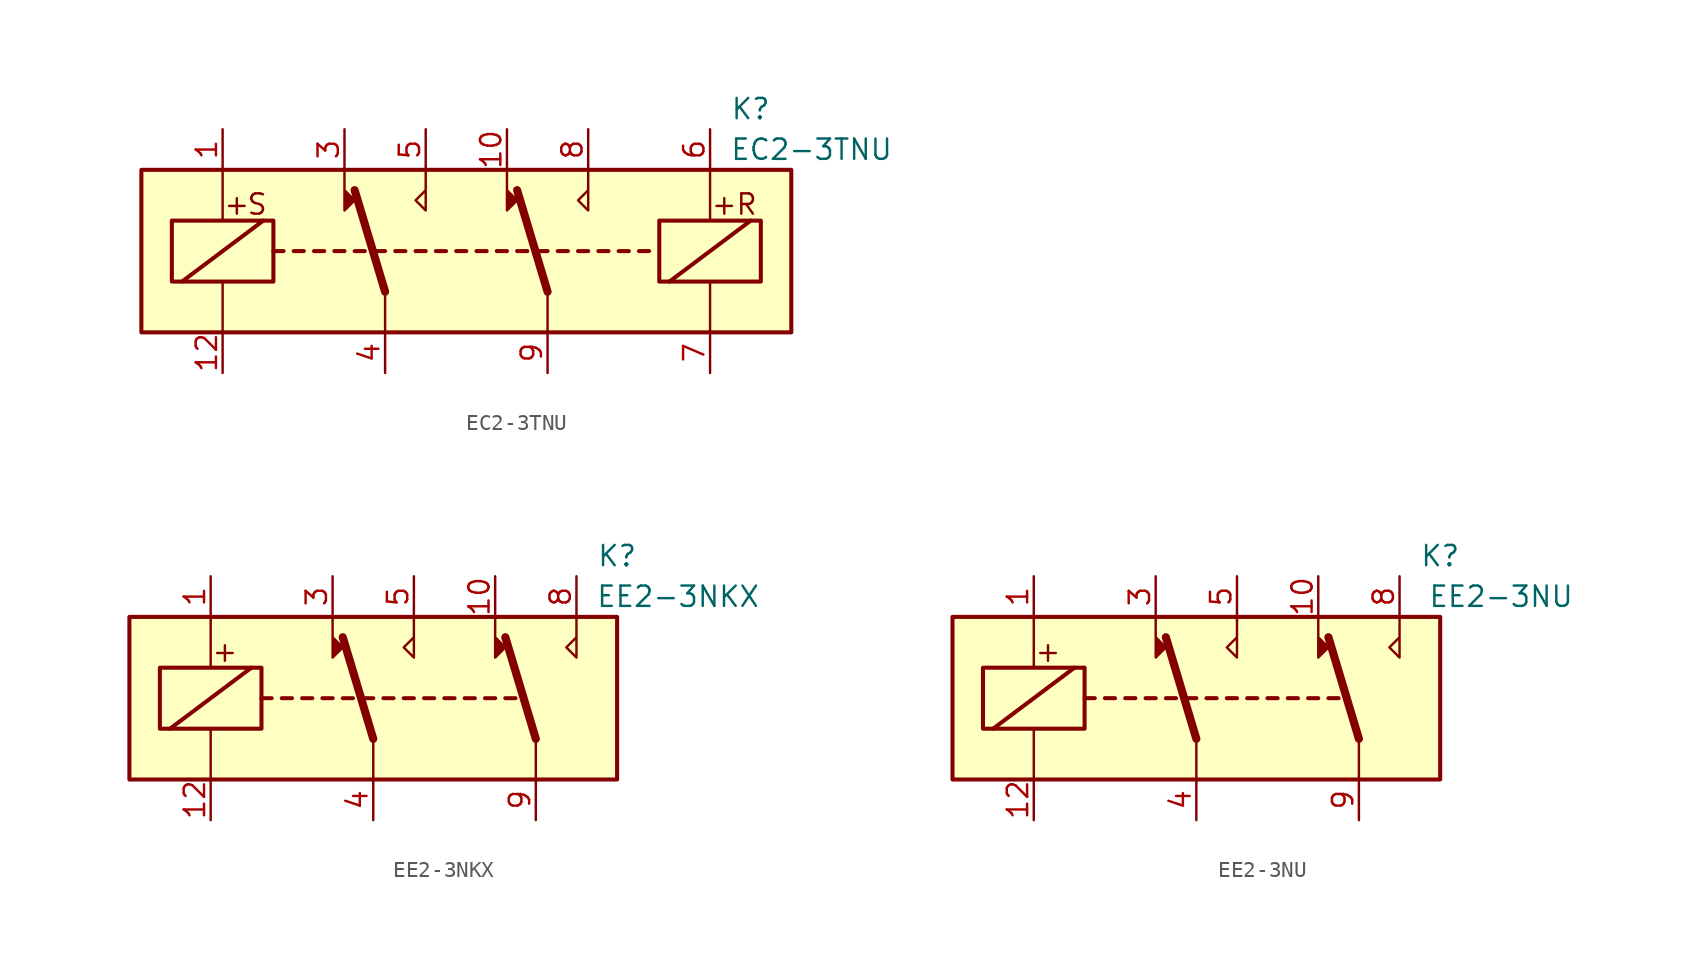
<source format=kicad_sym>
(kicad_symbol_lib
  (version 20211014)
  (generator kicad_symbol_editor)
  (symbol "EC2-3TNU"
    (property "Reference" "K"
      (at 17.78 8.89 0)
      (effects (font (size 1.27 1.27))))
    (property "Value" "EC2-3TNU"
      (at 21.59 6.35 0)
      (effects (font (size 1.27 1.27))))
    (symbol "EC2-3TNU_1_1"
      (rectangle (start -20.32 5.08) (end 20.32 -5.08) (stroke (width 0.254) (type default) (color 0 0 0 0)) (fill (type background)))
      (rectangle (start -18.415 1.905) (end -12.065 -1.905) (stroke (width 0.254) (type default) (color 0 0 0 0)) (fill (type none)))
      (polyline (pts (xy -17.78 -1.905) (xy -12.7 1.905)) (stroke (width 0.254) (type default) (color 0 0 0 0)) (fill (type none)))
      (polyline (pts (xy -15.24 -5.08) (xy -15.24 -1.905)) (stroke (width 0) (type default) (color 0 0 0 0)) (fill (type none)))
      (polyline (pts (xy -15.24 5.08) (xy -15.24 1.905)) (stroke (width 0) (type default) (color 0 0 0 0)) (fill (type none)))
      (polyline (pts (xy -12.065 0) (xy -11.43 0)) (stroke (width 0.254) (type default) (color 0 0 0 0)) (fill (type none)))
      (polyline (pts (xy -10.795 0) (xy -10.16 0)) (stroke (width 0.254) (type default) (color 0 0 0 0)) (fill (type none)))
      (polyline (pts (xy -9.525 0) (xy -8.89 0)) (stroke (width 0.254) (type default) (color 0 0 0 0)) (fill (type none)))
      (polyline (pts (xy -8.255 0) (xy -7.62 0)) (stroke (width 0.254) (type default) (color 0 0 0 0)) (fill (type none)))
      (polyline (pts (xy -6.985 0) (xy -6.35 0)) (stroke (width 0.254) (type default) (color 0 0 0 0)) (fill (type none)))
      (polyline (pts (xy -5.715 0) (xy -5.08 0)) (stroke (width 0.254) (type default) (color 0 0 0 0)) (fill (type none)))
      (polyline (pts (xy -5.08 -2.54) (xy -6.985 3.81)) (stroke (width 0.508) (type default) (color 0 0 0 0)) (fill (type none)))
      (polyline (pts (xy -5.08 -2.54) (xy -5.08 -5.08)) (stroke (width 0) (type default) (color 0 0 0 0)) (fill (type none)))
      (polyline (pts (xy -4.445 0) (xy -3.81 0)) (stroke (width 0.254) (type default) (color 0 0 0 0)) (fill (type none)))
      (polyline (pts (xy -3.175 0) (xy -2.54 0)) (stroke (width 0.254) (type default) (color 0 0 0 0)) (fill (type none)))
      (polyline (pts (xy -1.905 0) (xy -1.27 0)) (stroke (width 0.254) (type default) (color 0 0 0 0)) (fill (type none)))
      (polyline (pts (xy -0.635 0) (xy 0 0)) (stroke (width 0.254) (type default) (color 0 0 0 0)) (fill (type none)))
      (polyline (pts (xy 0.635 0) (xy 1.27 0)) (stroke (width 0.254) (type default) (color 0 0 0 0)) (fill (type none)))
      (polyline (pts (xy 1.905 0) (xy 2.54 0)) (stroke (width 0.254) (type default) (color 0 0 0 0)) (fill (type none)))
      (polyline (pts (xy 3.175 0) (xy 3.81 0)) (stroke (width 0.254) (type default) (color 0 0 0 0)) (fill (type none)))
      (polyline (pts (xy 4.445 0) (xy 5.08 0)) (stroke (width 0.254) (type default) (color 0 0 0 0)) (fill (type none)))
      (polyline (pts (xy 5.08 -2.54) (xy 3.175 3.81)) (stroke (width 0.508) (type default) (color 0 0 0 0)) (fill (type none)))
      (polyline (pts (xy 5.08 -2.54) (xy 5.08 -5.08)) (stroke (width 0) (type default) (color 0 0 0 0)) (fill (type none)))
      (polyline (pts (xy 5.715 0) (xy 6.35 0)) (stroke (width 0.254) (type default) (color 0 0 0 0)) (fill (type none)))
      (polyline (pts (xy 6.985 0) (xy 7.62 0)) (stroke (width 0.254) (type default) (color 0 0 0 0)) (fill (type none)))
      (polyline (pts (xy 8.255 0) (xy 8.89 0)) (stroke (width 0.254) (type default) (color 0 0 0 0)) (fill (type none)))
      (polyline (pts (xy 9.525 0) (xy 10.16 0)) (stroke (width 0.254) (type default) (color 0 0 0 0)) (fill (type none)))
      (polyline (pts (xy 10.795 0) (xy 11.43 0)) (stroke (width 0.254) (type default) (color 0 0 0 0)) (fill (type none)))
      (polyline (pts (xy 12.7 -1.905) (xy 17.78 1.905)) (stroke (width 0.254) (type default) (color 0 0 0 0)) (fill (type none)))
      (polyline (pts (xy 15.24 -5.08) (xy 15.24 -1.905)) (stroke (width 0) (type default) (color 0 0 0 0)) (fill (type none)))
      (polyline (pts (xy 15.24 5.08) (xy 15.24 1.905)) (stroke (width 0) (type default) (color 0 0 0 0)) (fill (type none)))
      (polyline (pts (xy -7.62 5.08) (xy -7.62 2.54) (xy -6.985 3.175) (xy -7.62 3.81)) (stroke (width 0) (type default) (color 0 0 0 0)) (fill (type outline)))
      (polyline (pts (xy -2.54 5.08) (xy -2.54 2.54) (xy -3.175 3.175) (xy -2.54 3.81)) (stroke (width 0) (type default) (color 0 0 0 0)) (fill (type none)))
      (polyline (pts (xy 2.54 5.08) (xy 2.54 2.54) (xy 3.175 3.175) (xy 2.54 3.81)) (stroke (width 0) (type default) (color 0 0 0 0)) (fill (type outline)))
      (polyline (pts (xy 7.62 5.08) (xy 7.62 2.54) (xy 6.985 3.175) (xy 7.62 3.81)) (stroke (width 0) (type default) (color 0 0 0 0)) (fill (type none)))
      (rectangle (start 12.065 1.905) (end 18.415 -1.905) (stroke (width 0.254) (type default) (color 0 0 0 0)) (fill (type none)))
      (text "+" (at -14.351 2.921 0) (effects (font (size 1.27 1.27))))
      (text "+" (at 16.129 2.921 0) (effects (font (size 1.27 1.27))))
      (text "R" (at 17.526 2.921 0) (effects (font (size 1.27 1.27))))
      (text "S" (at -13.081 2.921 0) (effects (font (size 1.27 1.27))))
      (pin passive line (at -15.24 7.62 270) (length 2.54) (name "~" (effects (font (size 1.27 1.27)))) (number "1" (effects (font (size 1.27 1.27)))))
      (pin passive line (at 2.54 7.62 270) (length 2.54) (name "~" (effects (font (size 1.27 1.27)))) (number "10" (effects (font (size 1.27 1.27)))))
      (pin passive line (at -15.24 -7.62 90) (length 2.54) (name "~" (effects (font (size 1.27 1.27)))) (number "12" (effects (font (size 1.27 1.27)))))
      (pin passive line (at -7.62 7.62 270) (length 2.54) (name "~" (effects (font (size 1.27 1.27)))) (number "3" (effects (font (size 1.27 1.27)))))
      (pin passive line (at -5.08 -7.62 90) (length 2.54) (name "~" (effects (font (size 1.27 1.27)))) (number "4" (effects (font (size 1.27 1.27)))))
      (pin passive line (at -2.54 7.62 270) (length 2.54) (name "~" (effects (font (size 1.27 1.27)))) (number "5" (effects (font (size 1.27 1.27)))))
      (pin passive line (at 15.24 7.62 270) (length 2.54) (name "~" (effects (font (size 1.27 1.27)))) (number "6" (effects (font (size 1.27 1.27)))))
      (pin passive line (at 15.24 -7.62 90) (length 2.54) (name "~" (effects (font (size 1.27 1.27)))) (number "7" (effects (font (size 1.27 1.27)))))
      (pin passive line (at 7.62 7.62 270) (length 2.54) (name "~" (effects (font (size 1.27 1.27)))) (number "8" (effects (font (size 1.27 1.27)))))
      (pin passive line (at 5.08 -7.62 90) (length 2.54) (name "~" (effects (font (size 1.27 1.27)))) (number "9" (effects (font (size 1.27 1.27)))))))
  (symbol "EE2-3NKX"
    (property "Reference" "K"
      (at 15.24 8.89 0)
      (effects (font (size 1.27 1.27))))
    (property "Value" "EE2-3NKX"
      (at 19.05 6.35 0)
      (effects (font (size 1.27 1.27))))
    (symbol "EE2-3NKX_1_1"
      (rectangle (start -15.24 5.08) (end 15.24 -5.08) (stroke (width 0.254) (type default) (color 0 0 0 0)) (fill (type background)))
      (rectangle (start -13.335 1.905) (end -6.985 -1.905) (stroke (width 0.254) (type default) (color 0 0 0 0)) (fill (type none)))
      (polyline (pts (xy -12.7 -1.905) (xy -7.62 1.905)) (stroke (width 0.254) (type default) (color 0 0 0 0)) (fill (type none)))
      (polyline (pts (xy -10.16 -5.08) (xy -10.16 -1.905)) (stroke (width 0) (type default) (color 0 0 0 0)) (fill (type none)))
      (polyline (pts (xy -10.16 5.08) (xy -10.16 1.905)) (stroke (width 0) (type default) (color 0 0 0 0)) (fill (type none)))
      (polyline (pts (xy -6.985 0) (xy -6.35 0)) (stroke (width 0.254) (type default) (color 0 0 0 0)) (fill (type none)))
      (polyline (pts (xy -5.715 0) (xy -5.08 0)) (stroke (width 0.254) (type default) (color 0 0 0 0)) (fill (type none)))
      (polyline (pts (xy -4.445 0) (xy -3.81 0)) (stroke (width 0.254) (type default) (color 0 0 0 0)) (fill (type none)))
      (polyline (pts (xy -3.175 0) (xy -2.54 0)) (stroke (width 0.254) (type default) (color 0 0 0 0)) (fill (type none)))
      (polyline (pts (xy -1.905 0) (xy -1.27 0)) (stroke (width 0.254) (type default) (color 0 0 0 0)) (fill (type none)))
      (polyline (pts (xy -0.635 0) (xy 0 0)) (stroke (width 0.254) (type default) (color 0 0 0 0)) (fill (type none)))
      (polyline (pts (xy 0 -2.54) (xy -1.905 3.81)) (stroke (width 0.508) (type default) (color 0 0 0 0)) (fill (type none)))
      (polyline (pts (xy 0 -2.54) (xy 0 -5.08)) (stroke (width 0) (type default) (color 0 0 0 0)) (fill (type none)))
      (polyline (pts (xy 0.635 0) (xy 1.27 0)) (stroke (width 0.254) (type default) (color 0 0 0 0)) (fill (type none)))
      (polyline (pts (xy 1.905 0) (xy 2.54 0)) (stroke (width 0.254) (type default) (color 0 0 0 0)) (fill (type none)))
      (polyline (pts (xy 3.175 0) (xy 3.81 0)) (stroke (width 0.254) (type default) (color 0 0 0 0)) (fill (type none)))
      (polyline (pts (xy 4.445 0) (xy 5.08 0)) (stroke (width 0.254) (type default) (color 0 0 0 0)) (fill (type none)))
      (polyline (pts (xy 5.715 0) (xy 6.35 0)) (stroke (width 0.254) (type default) (color 0 0 0 0)) (fill (type none)))
      (polyline (pts (xy 6.985 0) (xy 7.62 0)) (stroke (width 0.254) (type default) (color 0 0 0 0)) (fill (type none)))
      (polyline (pts (xy 8.255 0) (xy 8.89 0)) (stroke (width 0.254) (type default) (color 0 0 0 0)) (fill (type none)))
      (polyline (pts (xy 10.16 -2.54) (xy 8.255 3.81)) (stroke (width 0.508) (type default) (color 0 0 0 0)) (fill (type none)))
      (polyline (pts (xy 10.16 -2.54) (xy 10.16 -5.08)) (stroke (width 0) (type default) (color 0 0 0 0)) (fill (type none)))
      (polyline (pts (xy -2.54 5.08) (xy -2.54 2.54) (xy -1.905 3.175) (xy -2.54 3.81)) (stroke (width 0) (type default) (color 0 0 0 0)) (fill (type outline)))
      (polyline (pts (xy 2.54 5.08) (xy 2.54 2.54) (xy 1.905 3.175) (xy 2.54 3.81)) (stroke (width 0) (type default) (color 0 0 0 0)) (fill (type none)))
      (polyline (pts (xy 7.62 5.08) (xy 7.62 2.54) (xy 8.255 3.175) (xy 7.62 3.81)) (stroke (width 0) (type default) (color 0 0 0 0)) (fill (type outline)))
      (polyline (pts (xy 12.7 5.08) (xy 12.7 2.54) (xy 12.065 3.175) (xy 12.7 3.81)) (stroke (width 0) (type default) (color 0 0 0 0)) (fill (type none)))
      (text "+" (at -9.271 2.921 0) (effects (font (size 1.27 1.27))))
      (pin passive line (at -10.16 7.62 270) (length 2.54) (name "~" (effects (font (size 1.27 1.27)))) (number "1" (effects (font (size 1.27 1.27)))))
      (pin passive line (at 7.62 7.62 270) (length 2.54) (name "~" (effects (font (size 1.27 1.27)))) (number "10" (effects (font (size 1.27 1.27)))))
      (pin passive line (at -10.16 -7.62 90) (length 2.54) (name "~" (effects (font (size 1.27 1.27)))) (number "12" (effects (font (size 1.27 1.27)))))
      (pin passive line (at -2.54 7.62 270) (length 2.54) (name "~" (effects (font (size 1.27 1.27)))) (number "3" (effects (font (size 1.27 1.27)))))
      (pin passive line (at 0 -7.62 90) (length 2.54) (name "~" (effects (font (size 1.27 1.27)))) (number "4" (effects (font (size 1.27 1.27)))))
      (pin passive line (at 2.54 7.62 270) (length 2.54) (name "~" (effects (font (size 1.27 1.27)))) (number "5" (effects (font (size 1.27 1.27)))))
      (pin passive line (at 12.7 7.62 270) (length 2.54) (name "~" (effects (font (size 1.27 1.27)))) (number "8" (effects (font (size 1.27 1.27)))))
      (pin passive line (at 10.16 -7.62 90) (length 2.54) (name "~" (effects (font (size 1.27 1.27)))) (number "9" (effects (font (size 1.27 1.27)))))))
  (symbol "EE2-3NU"
    (property "Reference" "K"
      (at 15.24 8.89 0)
      (effects (font (size 1.27 1.27))))
    (property "Value" "EE2-3NU"
      (at 19.05 6.35 0)
      (effects (font (size 1.27 1.27))))
    (symbol "EE2-3NU_1_1"
      (rectangle (start -15.24 5.08) (end 15.24 -5.08) (stroke (width 0.254) (type default) (color 0 0 0 0)) (fill (type background)))
      (rectangle (start -13.335 1.905) (end -6.985 -1.905) (stroke (width 0.254) (type default) (color 0 0 0 0)) (fill (type none)))
      (polyline (pts (xy -12.7 -1.905) (xy -7.62 1.905)) (stroke (width 0.254) (type default) (color 0 0 0 0)) (fill (type none)))
      (polyline (pts (xy -10.16 -5.08) (xy -10.16 -1.905)) (stroke (width 0) (type default) (color 0 0 0 0)) (fill (type none)))
      (polyline (pts (xy -10.16 5.08) (xy -10.16 1.905)) (stroke (width 0) (type default) (color 0 0 0 0)) (fill (type none)))
      (polyline (pts (xy -6.985 0) (xy -6.35 0)) (stroke (width 0.254) (type default) (color 0 0 0 0)) (fill (type none)))
      (polyline (pts (xy -5.715 0) (xy -5.08 0)) (stroke (width 0.254) (type default) (color 0 0 0 0)) (fill (type none)))
      (polyline (pts (xy -4.445 0) (xy -3.81 0)) (stroke (width 0.254) (type default) (color 0 0 0 0)) (fill (type none)))
      (polyline (pts (xy -3.175 0) (xy -2.54 0)) (stroke (width 0.254) (type default) (color 0 0 0 0)) (fill (type none)))
      (polyline (pts (xy -1.905 0) (xy -1.27 0)) (stroke (width 0.254) (type default) (color 0 0 0 0)) (fill (type none)))
      (polyline (pts (xy -0.635 0) (xy 0 0)) (stroke (width 0.254) (type default) (color 0 0 0 0)) (fill (type none)))
      (polyline (pts (xy 0 -2.54) (xy -1.905 3.81)) (stroke (width 0.508) (type default) (color 0 0 0 0)) (fill (type none)))
      (polyline (pts (xy 0 -2.54) (xy 0 -5.08)) (stroke (width 0) (type default) (color 0 0 0 0)) (fill (type none)))
      (polyline (pts (xy 0.635 0) (xy 1.27 0)) (stroke (width 0.254) (type default) (color 0 0 0 0)) (fill (type none)))
      (polyline (pts (xy 1.905 0) (xy 2.54 0)) (stroke (width 0.254) (type default) (color 0 0 0 0)) (fill (type none)))
      (polyline (pts (xy 3.175 0) (xy 3.81 0)) (stroke (width 0.254) (type default) (color 0 0 0 0)) (fill (type none)))
      (polyline (pts (xy 4.445 0) (xy 5.08 0)) (stroke (width 0.254) (type default) (color 0 0 0 0)) (fill (type none)))
      (polyline (pts (xy 5.715 0) (xy 6.35 0)) (stroke (width 0.254) (type default) (color 0 0 0 0)) (fill (type none)))
      (polyline (pts (xy 6.985 0) (xy 7.62 0)) (stroke (width 0.254) (type default) (color 0 0 0 0)) (fill (type none)))
      (polyline (pts (xy 8.255 0) (xy 8.89 0)) (stroke (width 0.254) (type default) (color 0 0 0 0)) (fill (type none)))
      (polyline (pts (xy 10.16 -2.54) (xy 8.255 3.81)) (stroke (width 0.508) (type default) (color 0 0 0 0)) (fill (type none)))
      (polyline (pts (xy 10.16 -2.54) (xy 10.16 -5.08)) (stroke (width 0) (type default) (color 0 0 0 0)) (fill (type none)))
      (polyline (pts (xy -2.54 5.08) (xy -2.54 2.54) (xy -1.905 3.175) (xy -2.54 3.81)) (stroke (width 0) (type default) (color 0 0 0 0)) (fill (type outline)))
      (polyline (pts (xy 2.54 5.08) (xy 2.54 2.54) (xy 1.905 3.175) (xy 2.54 3.81)) (stroke (width 0) (type default) (color 0 0 0 0)) (fill (type none)))
      (polyline (pts (xy 7.62 5.08) (xy 7.62 2.54) (xy 8.255 3.175) (xy 7.62 3.81)) (stroke (width 0) (type default) (color 0 0 0 0)) (fill (type outline)))
      (polyline (pts (xy 12.7 5.08) (xy 12.7 2.54) (xy 12.065 3.175) (xy 12.7 3.81)) (stroke (width 0) (type default) (color 0 0 0 0)) (fill (type none)))
      (text "+" (at -9.271 2.921 0) (effects (font (size 1.27 1.27))))
      (pin passive line (at -10.16 7.62 270) (length 2.54) (name "~" (effects (font (size 1.27 1.27)))) (number "1" (effects (font (size 1.27 1.27)))))
      (pin passive line (at 7.62 7.62 270) (length 2.54) (name "~" (effects (font (size 1.27 1.27)))) (number "10" (effects (font (size 1.27 1.27)))))
      (pin passive line (at -10.16 -7.62 90) (length 2.54) (name "~" (effects (font (size 1.27 1.27)))) (number "12" (effects (font (size 1.27 1.27)))))
      (pin passive line (at -2.54 7.62 270) (length 2.54) (name "~" (effects (font (size 1.27 1.27)))) (number "3" (effects (font (size 1.27 1.27)))))
      (pin passive line (at 0 -7.62 90) (length 2.54) (name "~" (effects (font (size 1.27 1.27)))) (number "4" (effects (font (size 1.27 1.27)))))
      (pin passive line (at 2.54 7.62 270) (length 2.54) (name "~" (effects (font (size 1.27 1.27)))) (number "5" (effects (font (size 1.27 1.27)))))
      (pin passive line (at 12.7 7.62 270) (length 2.54) (name "~" (effects (font (size 1.27 1.27)))) (number "8" (effects (font (size 1.27 1.27)))))
      (pin passive line (at 10.16 -7.62 90) (length 2.54) (name "~" (effects (font (size 1.27 1.27)))) (number "9" (effects (font (size 1.27 1.27))))))))
</source>
